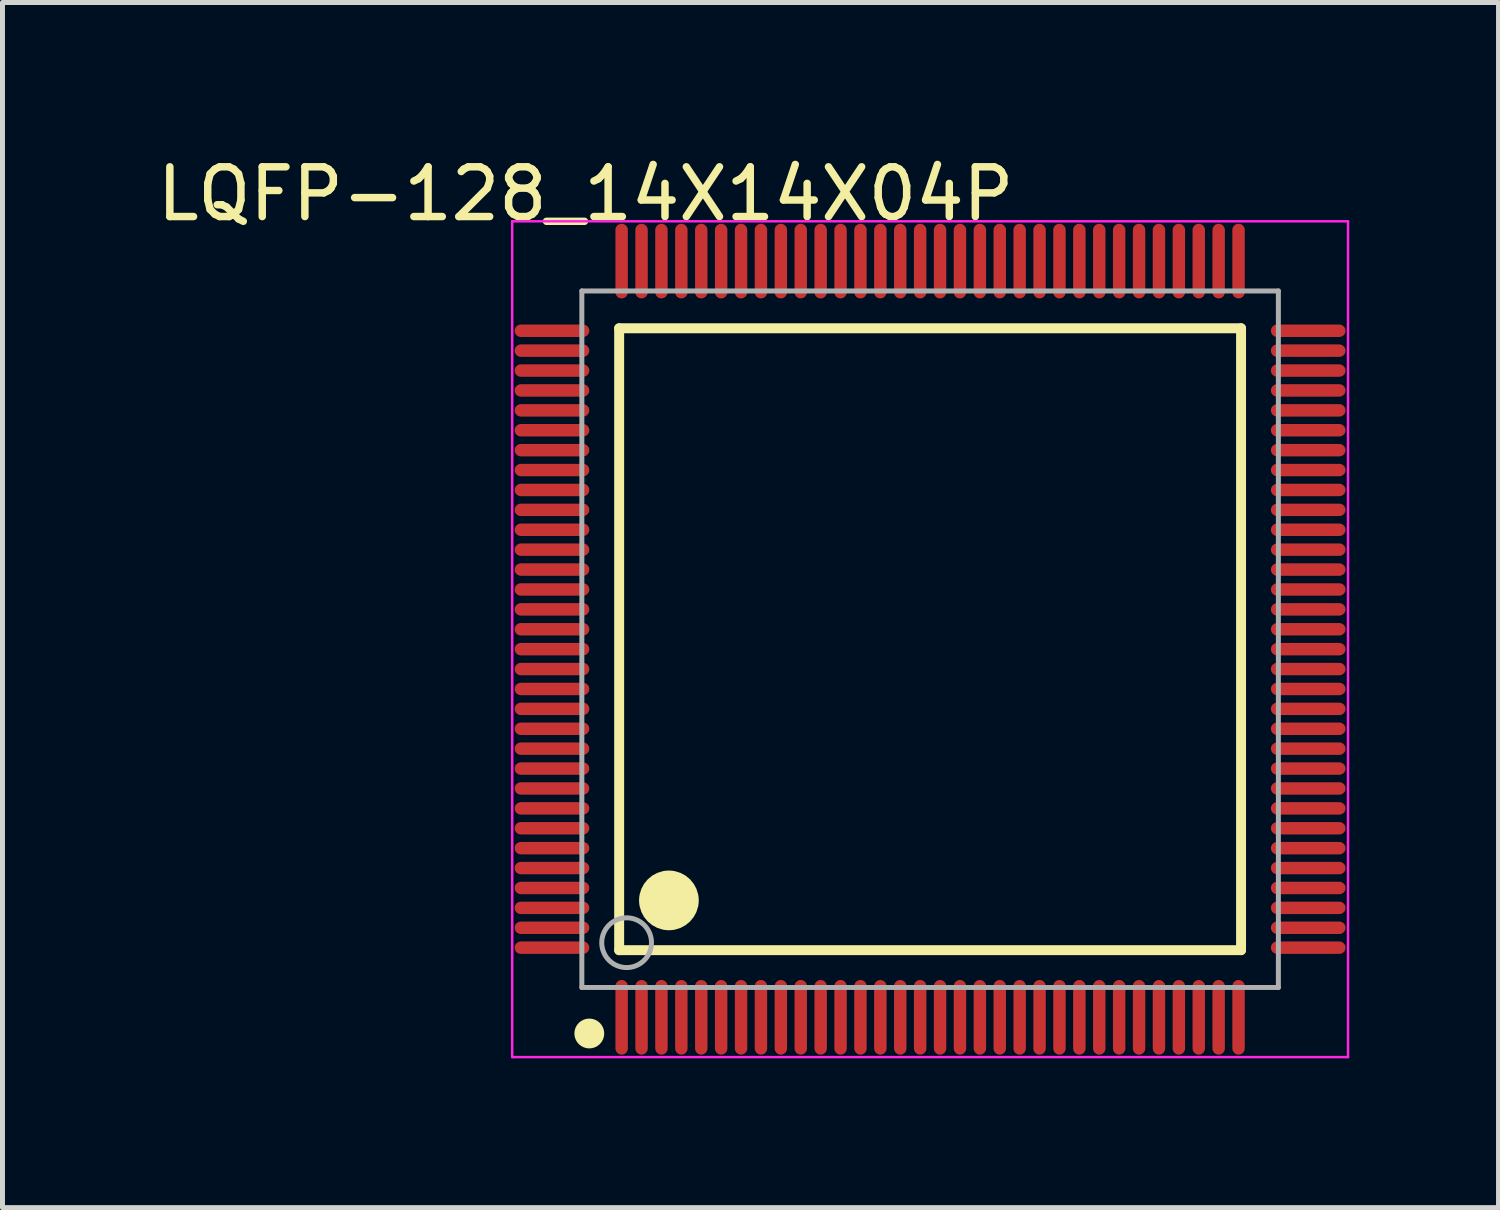
<source format=kicad_pcb>
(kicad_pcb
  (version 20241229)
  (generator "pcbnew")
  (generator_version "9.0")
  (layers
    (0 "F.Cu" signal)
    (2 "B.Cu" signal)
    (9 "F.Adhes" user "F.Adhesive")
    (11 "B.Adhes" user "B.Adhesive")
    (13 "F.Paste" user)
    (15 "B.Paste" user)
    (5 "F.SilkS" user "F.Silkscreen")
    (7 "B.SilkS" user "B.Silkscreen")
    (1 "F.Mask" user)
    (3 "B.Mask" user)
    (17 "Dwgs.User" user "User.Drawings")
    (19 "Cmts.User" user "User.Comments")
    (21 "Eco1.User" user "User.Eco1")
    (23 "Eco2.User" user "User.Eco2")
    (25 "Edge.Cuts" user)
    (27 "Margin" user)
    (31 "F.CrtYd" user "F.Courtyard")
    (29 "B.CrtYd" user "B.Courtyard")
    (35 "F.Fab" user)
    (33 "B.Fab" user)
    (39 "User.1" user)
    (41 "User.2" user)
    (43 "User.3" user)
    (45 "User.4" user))
  (footprint "LQFP-128_14X14X04P"
    (layer "F.Cu")
    (at 15.645 9.798)
    (property "Reference" "LQFP-128_14X14X04P" (at -6.924 -8.95 0) (layer "F.SilkS") (effects (font (size 1 1) (thickness 0.15))))
    (attr through_hole)
    (fp_line (start -6.25 -6.25) (end 6.25 -6.25) (stroke (width 0.2) (type solid)) (layer "F.SilkS"))
    (fp_line (start -6.25 6.25) (end -6.25 -6.25) (stroke (width 0.2) (type solid)) (layer "F.SilkS"))
    (fp_line (start -6.25 6.25) (end 6.25 6.25) (stroke (width 0.2) (type solid)) (layer "F.SilkS"))
    (fp_line (start 6.25 6.25) (end 6.25 -6.25) (stroke (width 0.2) (type solid)) (layer "F.SilkS"))
    (fp_circle (center -6.85 7.925) (end -6.7 7.925) (stroke (width 0.3) (type solid)) (fill no) (layer "F.SilkS"))
    (fp_circle (center -5.25 5.25) (end -4.95 5.25) (stroke (width 0.6) (type solid)) (fill no) (layer "F.SilkS"))
    (fp_line (start -8.4 -8.4) (end 8.4 -8.4) (stroke (width 0.05) (type solid)) (layer "F.CrtYd"))
    (fp_line (start -8.4 8.4) (end -8.4 -8.4) (stroke (width 0.05) (type solid)) (layer "F.CrtYd"))
    (fp_line (start 8.4 -8.4) (end 8.4 8.4) (stroke (width 0.05) (type solid)) (layer "F.CrtYd"))
    (fp_line (start 8.4 8.4) (end -8.4 8.4) (stroke (width 0.05) (type solid)) (layer "F.CrtYd"))
    (fp_line (start -7 -7) (end 7 -7) (stroke (width 0.1) (type solid)) (layer "F.Fab"))
    (fp_line (start -7 7) (end -7 -7) (stroke (width 0.1) (type solid)) (layer "F.Fab"))
    (fp_line (start -7 7) (end 7 7) (stroke (width 0.1) (type solid)) (layer "F.Fab"))
    (fp_line (start 7 7) (end 7 -7) (stroke (width 0.1) (type solid)) (layer "F.Fab"))
    (fp_circle (center -6.1 6.1) (end -5.6 6.1) (stroke (width 0.1) (type solid)) (fill no) (layer "F.Fab"))
    (pad "1" smd oval (at -6.2 7.6) (size 0.25 1.5) (layers "F.Cu" "F.Mask" "F.Paste"))
    (pad "2" smd oval (at -5.8 7.6) (size 0.25 1.5) (layers "F.Cu" "F.Mask" "F.Paste"))
    (pad "3" smd oval (at -5.4 7.6) (size 0.25 1.5) (layers "F.Cu" "F.Mask" "F.Paste"))
    (pad "4" smd oval (at -5 7.6) (size 0.25 1.5) (layers "F.Cu" "F.Mask" "F.Paste"))
    (pad "5" smd oval (at -4.6 7.6) (size 0.25 1.5) (layers "F.Cu" "F.Mask" "F.Paste"))
    (pad "6" smd oval (at -4.2 7.6) (size 0.25 1.5) (layers "F.Cu" "F.Mask" "F.Paste"))
    (pad "7" smd oval (at -3.8 7.6) (size 0.25 1.5) (layers "F.Cu" "F.Mask" "F.Paste"))
    (pad "8" smd oval (at -3.4 7.6) (size 0.25 1.5) (layers "F.Cu" "F.Mask" "F.Paste"))
    (pad "9" smd oval (at -3 7.6) (size 0.25 1.5) (layers "F.Cu" "F.Mask" "F.Paste"))
    (pad "10" smd oval (at -2.6 7.6) (size 0.25 1.5) (layers "F.Cu" "F.Mask" "F.Paste"))
    (pad "11" smd oval (at -2.2 7.6) (size 0.25 1.5) (layers "F.Cu" "F.Mask" "F.Paste"))
    (pad "12" smd oval (at -1.8 7.6) (size 0.25 1.5) (layers "F.Cu" "F.Mask" "F.Paste"))
    (pad "13" smd oval (at -1.4 7.6) (size 0.25 1.5) (layers "F.Cu" "F.Mask" "F.Paste"))
    (pad "14" smd oval (at -1 7.6) (size 0.25 1.5) (layers "F.Cu" "F.Mask" "F.Paste"))
    (pad "15" smd oval (at -0.6 7.6) (size 0.25 1.5) (layers "F.Cu" "F.Mask" "F.Paste"))
    (pad "16" smd oval (at -0.2 7.6) (size 0.25 1.5) (layers "F.Cu" "F.Mask" "F.Paste"))
    (pad "17" smd oval (at 0.2 7.6) (size 0.25 1.5) (layers "F.Cu" "F.Mask" "F.Paste"))
    (pad "18" smd oval (at 0.6 7.6) (size 0.25 1.5) (layers "F.Cu" "F.Mask" "F.Paste"))
    (pad "19" smd oval (at 1 7.6) (size 0.25 1.5) (layers "F.Cu" "F.Mask" "F.Paste"))
    (pad "20" smd oval (at 1.4 7.6) (size 0.25 1.5) (layers "F.Cu" "F.Mask" "F.Paste"))
    (pad "21" smd oval (at 1.8 7.6) (size 0.25 1.5) (layers "F.Cu" "F.Mask" "F.Paste"))
    (pad "22" smd oval (at 2.2 7.6) (size 0.25 1.5) (layers "F.Cu" "F.Mask" "F.Paste"))
    (pad "23" smd oval (at 2.6 7.6) (size 0.25 1.5) (layers "F.Cu" "F.Mask" "F.Paste"))
    (pad "24" smd oval (at 3 7.6) (size 0.25 1.5) (layers "F.Cu" "F.Mask" "F.Paste"))
    (pad "25" smd oval (at 3.4 7.6) (size 0.25 1.5) (layers "F.Cu" "F.Mask" "F.Paste"))
    (pad "26" smd oval (at 3.8 7.6) (size 0.25 1.5) (layers "F.Cu" "F.Mask" "F.Paste"))
    (pad "27" smd oval (at 4.2 7.6) (size 0.25 1.5) (layers "F.Cu" "F.Mask" "F.Paste"))
    (pad "28" smd oval (at 4.6 7.6) (size 0.25 1.5) (layers "F.Cu" "F.Mask" "F.Paste"))
    (pad "29" smd oval (at 5 7.6) (size 0.25 1.5) (layers "F.Cu" "F.Mask" "F.Paste"))
    (pad "30" smd oval (at 5.4 7.6) (size 0.25 1.5) (layers "F.Cu" "F.Mask" "F.Paste"))
    (pad "31" smd oval (at 5.8 7.6) (size 0.25 1.5) (layers "F.Cu" "F.Mask" "F.Paste"))
    (pad "32" smd oval (at 6.2 7.6) (size 0.25 1.5) (layers "F.Cu" "F.Mask" "F.Paste"))
    (pad "33" smd oval (at 7.6 6.2 90) (size 0.25 1.5) (layers "F.Cu" "F.Mask" "F.Paste"))
    (pad "34" smd oval (at 7.6 5.8 90) (size 0.25 1.5) (layers "F.Cu" "F.Mask" "F.Paste"))
    (pad "35" smd oval (at 7.6 5.4 90) (size 0.25 1.5) (layers "F.Cu" "F.Mask" "F.Paste"))
    (pad "36" smd oval (at 7.6 5 90) (size 0.25 1.5) (layers "F.Cu" "F.Mask" "F.Paste"))
    (pad "37" smd oval (at 7.6 4.6 90) (size 0.25 1.5) (layers "F.Cu" "F.Mask" "F.Paste"))
    (pad "38" smd oval (at 7.6 4.2 90) (size 0.25 1.5) (layers "F.Cu" "F.Mask" "F.Paste"))
    (pad "39" smd oval (at 7.6 3.8 90) (size 0.25 1.5) (layers "F.Cu" "F.Mask" "F.Paste"))
    (pad "40" smd oval (at 7.6 3.4 90) (size 0.25 1.5) (layers "F.Cu" "F.Mask" "F.Paste"))
    (pad "41" smd oval (at 7.6 3 90) (size 0.25 1.5) (layers "F.Cu" "F.Mask" "F.Paste"))
    (pad "42" smd oval (at 7.6 2.6 90) (size 0.25 1.5) (layers "F.Cu" "F.Mask" "F.Paste"))
    (pad "43" smd oval (at 7.6 2.2 90) (size 0.25 1.5) (layers "F.Cu" "F.Mask" "F.Paste"))
    (pad "44" smd oval (at 7.6 1.8 90) (size 0.25 1.5) (layers "F.Cu" "F.Mask" "F.Paste"))
    (pad "45" smd oval (at 7.6 1.4 90) (size 0.25 1.5) (layers "F.Cu" "F.Mask" "F.Paste"))
    (pad "46" smd oval (at 7.6 1 90) (size 0.25 1.5) (layers "F.Cu" "F.Mask" "F.Paste"))
    (pad "47" smd oval (at 7.6 0.6 90) (size 0.25 1.5) (layers "F.Cu" "F.Mask" "F.Paste"))
    (pad "48" smd oval (at 7.6 0.2 90) (size 0.25 1.5) (layers "F.Cu" "F.Mask" "F.Paste"))
    (pad "49" smd oval (at 7.6 -0.2 90) (size 0.25 1.5) (layers "F.Cu" "F.Mask" "F.Paste"))
    (pad "50" smd oval (at 7.6 -0.6 90) (size 0.25 1.5) (layers "F.Cu" "F.Mask" "F.Paste"))
    (pad "51" smd oval (at 7.6 -1 90) (size 0.25 1.5) (layers "F.Cu" "F.Mask" "F.Paste"))
    (pad "52" smd oval (at 7.6 -1.4 90) (size 0.25 1.5) (layers "F.Cu" "F.Mask" "F.Paste"))
    (pad "53" smd oval (at 7.6 -1.8 90) (size 0.25 1.5) (layers "F.Cu" "F.Mask" "F.Paste"))
    (pad "54" smd oval (at 7.6 -2.2 90) (size 0.25 1.5) (layers "F.Cu" "F.Mask" "F.Paste"))
    (pad "55" smd oval (at 7.6 -2.6 90) (size 0.25 1.5) (layers "F.Cu" "F.Mask" "F.Paste"))
    (pad "56" smd oval (at 7.6 -3 90) (size 0.25 1.5) (layers "F.Cu" "F.Mask" "F.Paste"))
    (pad "57" smd oval (at 7.6 -3.4 90) (size 0.25 1.5) (layers "F.Cu" "F.Mask" "F.Paste"))
    (pad "58" smd oval (at 7.6 -3.8 90) (size 0.25 1.5) (layers "F.Cu" "F.Mask" "F.Paste"))
    (pad "59" smd oval (at 7.6 -4.2 90) (size 0.25 1.5) (layers "F.Cu" "F.Mask" "F.Paste"))
    (pad "60" smd oval (at 7.6 -4.6 90) (size 0.25 1.5) (layers "F.Cu" "F.Mask" "F.Paste"))
    (pad "61" smd oval (at 7.6 -5 90) (size 0.25 1.5) (layers "F.Cu" "F.Mask" "F.Paste"))
    (pad "62" smd oval (at 7.6 -5.4 90) (size 0.25 1.5) (layers "F.Cu" "F.Mask" "F.Paste"))
    (pad "63" smd oval (at 7.6 -5.8 90) (size 0.25 1.5) (layers "F.Cu" "F.Mask" "F.Paste"))
    (pad "64" smd oval (at 7.6 -6.2 90) (size 0.25 1.5) (layers "F.Cu" "F.Mask" "F.Paste"))
    (pad "65" smd oval (at 6.2 -7.6 180) (size 0.25 1.5) (layers "F.Cu" "F.Mask" "F.Paste"))
    (pad "66" smd oval (at 5.8 -7.6 180) (size 0.25 1.5) (layers "F.Cu" "F.Mask" "F.Paste"))
    (pad "67" smd oval (at 5.4 -7.6 180) (size 0.25 1.5) (layers "F.Cu" "F.Mask" "F.Paste"))
    (pad "68" smd oval (at 5 -7.6 180) (size 0.25 1.5) (layers "F.Cu" "F.Mask" "F.Paste"))
    (pad "69" smd oval (at 4.6 -7.6 180) (size 0.25 1.5) (layers "F.Cu" "F.Mask" "F.Paste"))
    (pad "70" smd oval (at 4.2 -7.6 180) (size 0.25 1.5) (layers "F.Cu" "F.Mask" "F.Paste"))
    (pad "71" smd oval (at 3.8 -7.6 180) (size 0.25 1.5) (layers "F.Cu" "F.Mask" "F.Paste"))
    (pad "72" smd oval (at 3.4 -7.6 180) (size 0.25 1.5) (layers "F.Cu" "F.Mask" "F.Paste"))
    (pad "73" smd oval (at 3 -7.6 180) (size 0.25 1.5) (layers "F.Cu" "F.Mask" "F.Paste"))
    (pad "74" smd oval (at 2.6 -7.6 180) (size 0.25 1.5) (layers "F.Cu" "F.Mask" "F.Paste"))
    (pad "75" smd oval (at 2.2 -7.6 180) (size 0.25 1.5) (layers "F.Cu" "F.Mask" "F.Paste"))
    (pad "76" smd oval (at 1.8 -7.6 180) (size 0.25 1.5) (layers "F.Cu" "F.Mask" "F.Paste"))
    (pad "77" smd oval (at 1.4 -7.6 180) (size 0.25 1.5) (layers "F.Cu" "F.Mask" "F.Paste"))
    (pad "78" smd oval (at 1 -7.6 180) (size 0.25 1.5) (layers "F.Cu" "F.Mask" "F.Paste"))
    (pad "79" smd oval (at 0.6 -7.6 180) (size 0.25 1.5) (layers "F.Cu" "F.Mask" "F.Paste"))
    (pad "80" smd oval (at 0.2 -7.6 180) (size 0.25 1.5) (layers "F.Cu" "F.Mask" "F.Paste"))
    (pad "81" smd oval (at -0.2 -7.6 180) (size 0.25 1.5) (layers "F.Cu" "F.Mask" "F.Paste"))
    (pad "82" smd oval (at -0.6 -7.6 180) (size 0.25 1.5) (layers "F.Cu" "F.Mask" "F.Paste"))
    (pad "83" smd oval (at -1 -7.6 180) (size 0.25 1.5) (layers "F.Cu" "F.Mask" "F.Paste"))
    (pad "84" smd oval (at -1.4 -7.6 180) (size 0.25 1.5) (layers "F.Cu" "F.Mask" "F.Paste"))
    (pad "85" smd oval (at -1.8 -7.6 180) (size 0.25 1.5) (layers "F.Cu" "F.Mask" "F.Paste"))
    (pad "86" smd oval (at -2.2 -7.6 180) (size 0.25 1.5) (layers "F.Cu" "F.Mask" "F.Paste"))
    (pad "87" smd oval (at -2.6 -7.6 180) (size 0.25 1.5) (layers "F.Cu" "F.Mask" "F.Paste"))
    (pad "88" smd oval (at -3 -7.6 180) (size 0.25 1.5) (layers "F.Cu" "F.Mask" "F.Paste"))
    (pad "89" smd oval (at -3.4 -7.6 180) (size 0.25 1.5) (layers "F.Cu" "F.Mask" "F.Paste"))
    (pad "90" smd oval (at -3.8 -7.6 180) (size 0.25 1.5) (layers "F.Cu" "F.Mask" "F.Paste"))
    (pad "91" smd oval (at -4.2 -7.6 180) (size 0.25 1.5) (layers "F.Cu" "F.Mask" "F.Paste"))
    (pad "92" smd oval (at -4.6 -7.6 180) (size 0.25 1.5) (layers "F.Cu" "F.Mask" "F.Paste"))
    (pad "93" smd oval (at -5 -7.6 180) (size 0.25 1.5) (layers "F.Cu" "F.Mask" "F.Paste"))
    (pad "94" smd oval (at -5.4 -7.6 180) (size 0.25 1.5) (layers "F.Cu" "F.Mask" "F.Paste"))
    (pad "95" smd oval (at -5.8 -7.6 180) (size 0.25 1.5) (layers "F.Cu" "F.Mask" "F.Paste"))
    (pad "96" smd oval (at -6.2 -7.6 180) (size 0.25 1.5) (layers "F.Cu" "F.Mask" "F.Paste"))
    (pad "97" smd oval (at -7.6 -6.2 270) (size 0.25 1.5) (layers "F.Cu" "F.Mask" "F.Paste"))
    (pad "98" smd oval (at -7.6 -5.8 270) (size 0.25 1.5) (layers "F.Cu" "F.Mask" "F.Paste"))
    (pad "99" smd oval (at -7.6 -5.4 270) (size 0.25 1.5) (layers "F.Cu" "F.Mask" "F.Paste"))
    (pad "100" smd oval (at -7.6 -5 270) (size 0.25 1.5) (layers "F.Cu" "F.Mask" "F.Paste"))
    (pad "101" smd oval (at -7.6 -4.6 270) (size 0.25 1.5) (layers "F.Cu" "F.Mask" "F.Paste"))
    (pad "102" smd oval (at -7.6 -4.2 270) (size 0.25 1.5) (layers "F.Cu" "F.Mask" "F.Paste"))
    (pad "103" smd oval (at -7.6 -3.8 270) (size 0.25 1.5) (layers "F.Cu" "F.Mask" "F.Paste"))
    (pad "104" smd oval (at -7.6 -3.4 270) (size 0.25 1.5) (layers "F.Cu" "F.Mask" "F.Paste"))
    (pad "105" smd oval (at -7.6 -3 270) (size 0.25 1.5) (layers "F.Cu" "F.Mask" "F.Paste"))
    (pad "106" smd oval (at -7.6 -2.6 270) (size 0.25 1.5) (layers "F.Cu" "F.Mask" "F.Paste"))
    (pad "107" smd oval (at -7.6 -2.2 270) (size 0.25 1.5) (layers "F.Cu" "F.Mask" "F.Paste"))
    (pad "108" smd oval (at -7.6 -1.8 270) (size 0.25 1.5) (layers "F.Cu" "F.Mask" "F.Paste"))
    (pad "109" smd oval (at -7.6 -1.4 270) (size 0.25 1.5) (layers "F.Cu" "F.Mask" "F.Paste"))
    (pad "110" smd oval (at -7.6 -1 270) (size 0.25 1.5) (layers "F.Cu" "F.Mask" "F.Paste"))
    (pad "111" smd oval (at -7.6 -0.6 270) (size 0.25 1.5) (layers "F.Cu" "F.Mask" "F.Paste"))
    (pad "112" smd oval (at -7.6 -0.2 270) (size 0.25 1.5) (layers "F.Cu" "F.Mask" "F.Paste"))
    (pad "113" smd oval (at -7.6 0.2 270) (size 0.25 1.5) (layers "F.Cu" "F.Mask" "F.Paste"))
    (pad "114" smd oval (at -7.6 0.6 270) (size 0.25 1.5) (layers "F.Cu" "F.Mask" "F.Paste"))
    (pad "115" smd oval (at -7.6 1 270) (size 0.25 1.5) (layers "F.Cu" "F.Mask" "F.Paste"))
    (pad "116" smd oval (at -7.6 1.4 270) (size 0.25 1.5) (layers "F.Cu" "F.Mask" "F.Paste"))
    (pad "117" smd oval (at -7.6 1.8 270) (size 0.25 1.5) (layers "F.Cu" "F.Mask" "F.Paste"))
    (pad "118" smd oval (at -7.6 2.2 270) (size 0.25 1.5) (layers "F.Cu" "F.Mask" "F.Paste"))
    (pad "119" smd oval (at -7.6 2.6 270) (size 0.25 1.5) (layers "F.Cu" "F.Mask" "F.Paste"))
    (pad "120" smd oval (at -7.6 3 270) (size 0.25 1.5) (layers "F.Cu" "F.Mask" "F.Paste"))
    (pad "121" smd oval (at -7.6 3.4 270) (size 0.25 1.5) (layers "F.Cu" "F.Mask" "F.Paste"))
    (pad "122" smd oval (at -7.6 3.8 270) (size 0.25 1.5) (layers "F.Cu" "F.Mask" "F.Paste"))
    (pad "123" smd oval (at -7.6 4.2 270) (size 0.25 1.5) (layers "F.Cu" "F.Mask" "F.Paste"))
    (pad "124" smd oval (at -7.6 4.6 270) (size 0.25 1.5) (layers "F.Cu" "F.Mask" "F.Paste"))
    (pad "125" smd oval (at -7.6 5 270) (size 0.25 1.5) (layers "F.Cu" "F.Mask" "F.Paste"))
    (pad "126" smd oval (at -7.6 5.4 270) (size 0.25 1.5) (layers "F.Cu" "F.Mask" "F.Paste"))
    (pad "127" smd oval (at -7.6 5.8 270) (size 0.25 1.5) (layers "F.Cu" "F.Mask" "F.Paste"))
    (pad "128" smd oval (at -7.6 6.2 270) (size 0.25 1.5) (layers "F.Cu" "F.Mask" "F.Paste")))
  (gr_rect
    (start -3 -3)
    (end 27.07 21.223)
    (stroke (width 0.1) (type default))
    (fill no)
    (layer "Edge.Cuts")))
</source>
